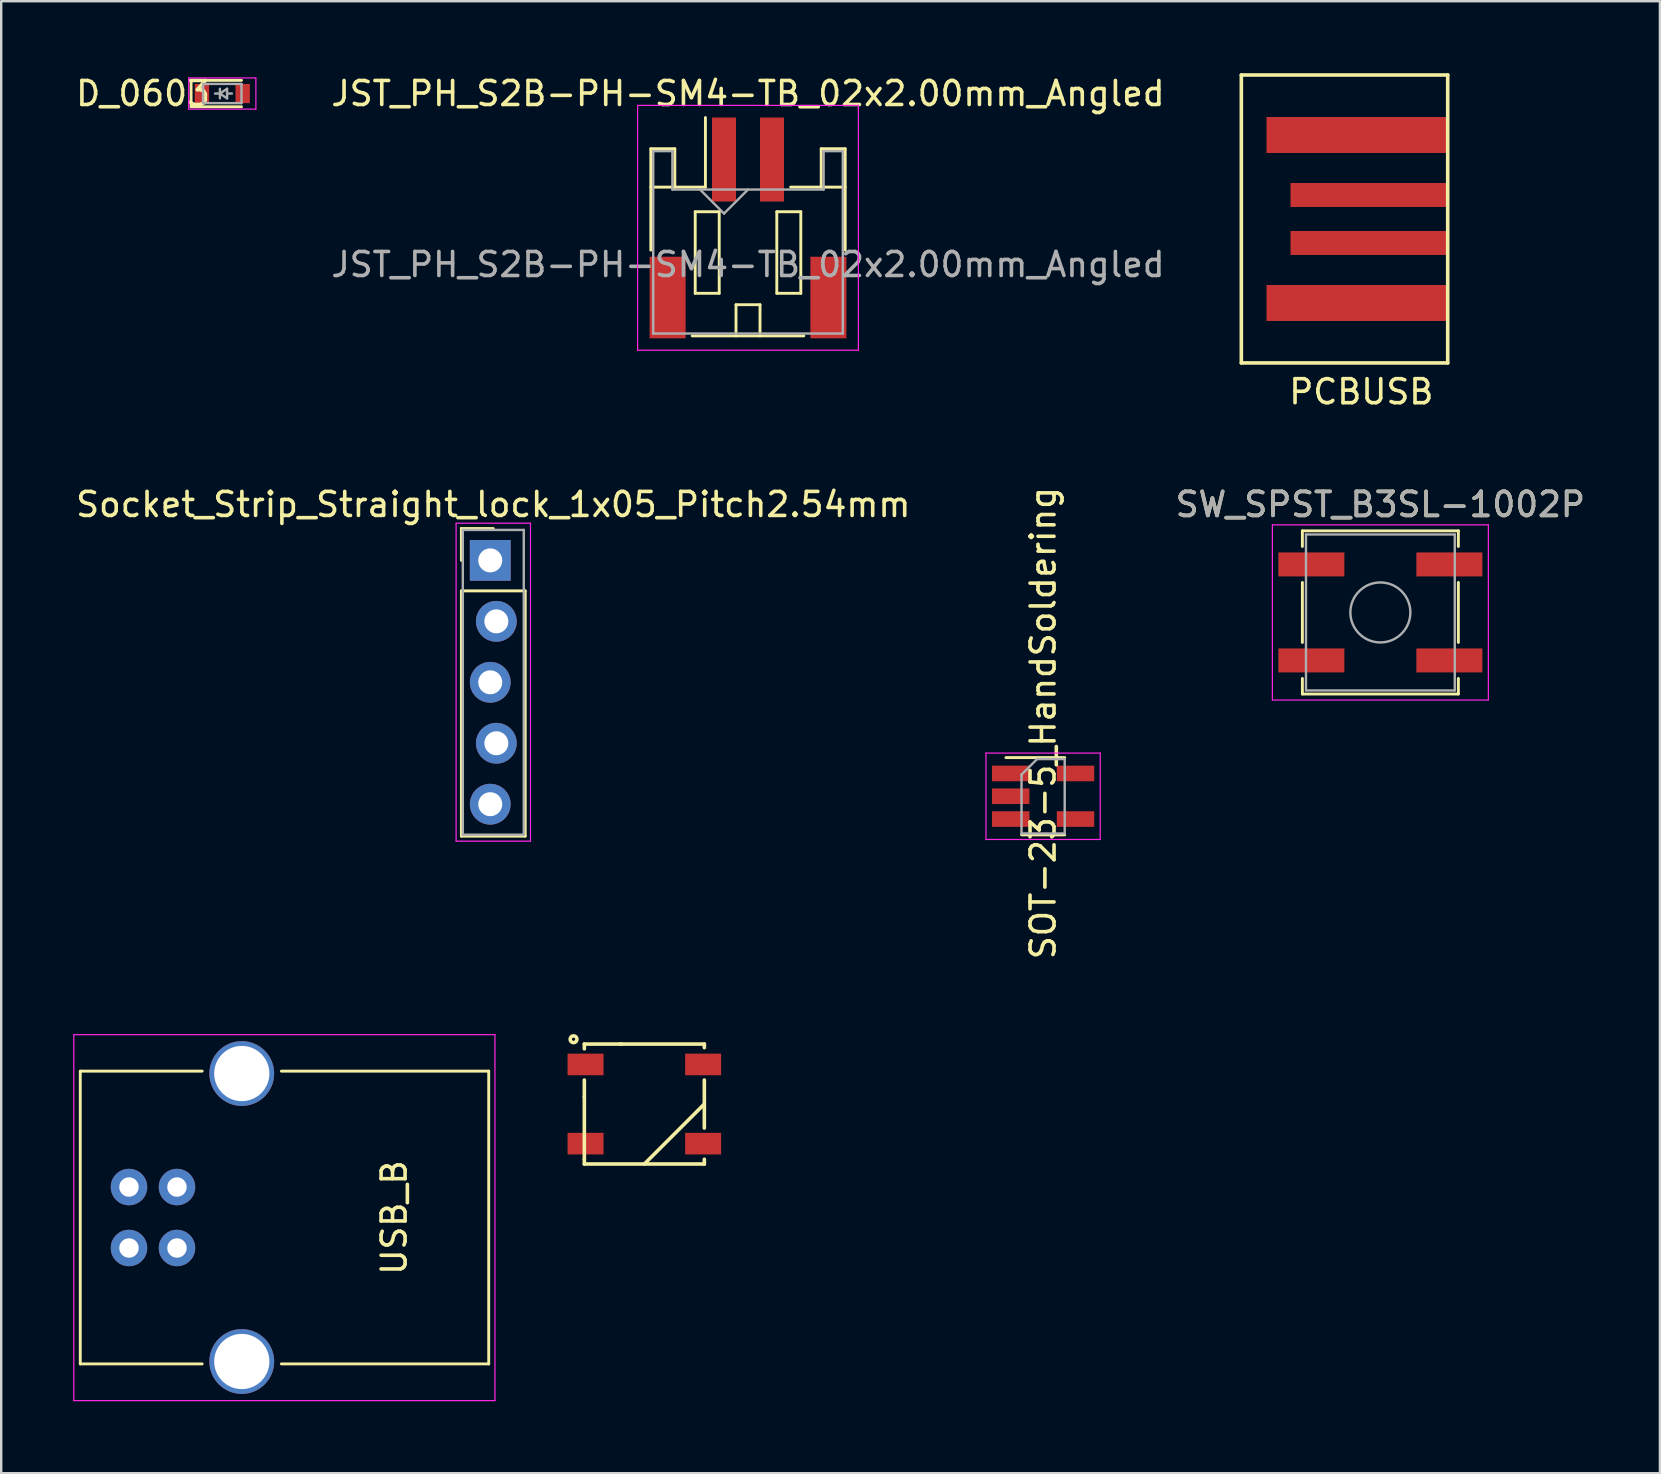
<source format=kicad_pcb>
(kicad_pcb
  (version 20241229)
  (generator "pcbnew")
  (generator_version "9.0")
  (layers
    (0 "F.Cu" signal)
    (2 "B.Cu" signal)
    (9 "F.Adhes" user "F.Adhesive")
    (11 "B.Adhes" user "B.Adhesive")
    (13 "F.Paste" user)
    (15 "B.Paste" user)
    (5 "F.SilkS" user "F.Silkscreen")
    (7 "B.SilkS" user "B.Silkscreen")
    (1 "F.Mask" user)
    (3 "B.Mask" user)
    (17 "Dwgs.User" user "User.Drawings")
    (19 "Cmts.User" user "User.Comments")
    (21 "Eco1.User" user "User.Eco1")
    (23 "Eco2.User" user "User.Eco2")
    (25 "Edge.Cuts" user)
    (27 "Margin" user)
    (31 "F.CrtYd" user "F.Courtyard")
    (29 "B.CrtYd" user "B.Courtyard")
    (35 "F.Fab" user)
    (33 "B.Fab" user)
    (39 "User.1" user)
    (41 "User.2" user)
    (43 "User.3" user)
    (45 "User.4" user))
  (footprint "D_0603"
    (layer "F.Cu")
    (at 6.213 0.848)
    (property "Reference" "D_0603" (at -3.302 0 0) (layer "F.SilkS") (effects (font (size 1 1) (thickness 0.15))))
    (attr smd)
    (fp_line (start -1.3 -0.55) (end -1.3 0.55) (stroke (width 0.12) (type solid)) (layer "F.SilkS"))
    (fp_line (start -1.3 -0.55) (end 0.8 -0.55) (stroke (width 0.12) (type solid)) (layer "F.SilkS"))
    (fp_line (start -1.3 0.55) (end 0.8 0.55) (stroke (width 0.12) (type solid)) (layer "F.SilkS"))
    (fp_line (start -1.4 -0.65) (end -1.4 0.65) (stroke (width 0.05) (type solid)) (layer "F.CrtYd"))
    (fp_line (start -1.4 0.65) (end 1.4 0.65) (stroke (width 0.05) (type solid)) (layer "F.CrtYd"))
    (fp_line (start 1.4 -0.65) (end -1.4 -0.65) (stroke (width 0.05) (type solid)) (layer "F.CrtYd"))
    (fp_line (start 1.4 0.65) (end 1.4 -0.65) (stroke (width 0.05) (type solid)) (layer "F.CrtYd"))
    (fp_line (start -0.8 -0.4) (end 0.8 -0.4) (stroke (width 0.1) (type solid)) (layer "F.Fab"))
    (fp_line (start -0.8 0.4) (end -0.8 -0.4) (stroke (width 0.1) (type solid)) (layer "F.Fab"))
    (fp_line (start -0.1 -0.2) (end -0.1 0.2) (stroke (width 0.1) (type solid)) (layer "F.Fab"))
    (fp_line (start -0.1 0) (end -0.3 0) (stroke (width 0.1) (type solid)) (layer "F.Fab"))
    (fp_line (start -0.1 0) (end 0.2 0.2) (stroke (width 0.1) (type solid)) (layer "F.Fab"))
    (fp_line (start 0.2 -0.2) (end -0.1 0) (stroke (width 0.1) (type solid)) (layer "F.Fab"))
    (fp_line (start 0.2 0) (end 0.4 0) (stroke (width 0.1) (type solid)) (layer "F.Fab"))
    (fp_line (start 0.2 0.2) (end 0.2 -0.2) (stroke (width 0.1) (type solid)) (layer "F.Fab"))
    (fp_line (start 0.8 -0.4) (end 0.8 0.4) (stroke (width 0.1) (type solid)) (layer "F.Fab"))
    (fp_line (start 0.8 0.4) (end -0.8 0.4) (stroke (width 0.1) (type solid)) (layer "F.Fab"))
    (pad "1" smd rect (at -0.85 0) (size 0.6 0.8) (layers "F.Cu" "F.Mask" "F.Paste"))
    (pad "2" smd rect (at 0.85 0) (size 0.6 0.8) (layers "F.Cu" "F.Mask" "F.Paste")))
  (footprint "USB_B"
    (layer "F.Cu")
    (at 2.325 46.415)
    (property "Reference" "USB_B" (at 11.05 1.27 90) (layer "F.SilkS") (effects (font (size 1 1) (thickness 0.15))))
    (attr through_hole)
    (fp_line (start -2.03 -4.83) (end 3.05 -4.83) (stroke (width 0.12) (type solid)) (layer "F.SilkS"))
    (fp_line (start -2.03 7.37) (end -2.03 -4.83) (stroke (width 0.12) (type solid)) (layer "F.SilkS"))
    (fp_line (start -2.03 7.37) (end 3.05 7.37) (stroke (width 0.12) (type solid)) (layer "F.SilkS"))
    (fp_line (start 6.35 -4.83) (end 14.99 -4.83) (stroke (width 0.12) (type solid)) (layer "F.SilkS"))
    (fp_line (start 6.35 7.37) (end 14.99 7.37) (stroke (width 0.12) (type solid)) (layer "F.SilkS"))
    (fp_line (start 14.99 -4.83) (end 14.99 7.37) (stroke (width 0.12) (type solid)) (layer "F.SilkS"))
    (fp_line (start -2.3 -6.35) (end 15.25 -6.35) (stroke (width 0.05) (type solid)) (layer "F.CrtYd"))
    (fp_line (start -2.3 8.9) (end -2.3 -6.35) (stroke (width 0.05) (type solid)) (layer "F.CrtYd"))
    (fp_line (start 15.25 -6.35) (end 15.25 8.9) (stroke (width 0.05) (type solid)) (layer "F.CrtYd"))
    (fp_line (start 15.25 8.9) (end -2.3 8.9) (stroke (width 0.05) (type solid)) (layer "F.CrtYd"))
    (pad "1" thru_hole circle (at 0 0 270) (size 1.52 1.52) (drill 0.81) (layers "*.Cu" "*.Mask"))
    (pad "2" thru_hole circle (at 0 2.54 270) (size 1.52 1.52) (drill 0.81) (layers "*.Cu" "*.Mask"))
    (pad "3" thru_hole circle (at 2 2.54 270) (size 1.52 1.52) (drill 0.81) (layers "*.Cu" "*.Mask"))
    (pad "4" thru_hole circle (at 2 0 270) (size 1.52 1.52) (drill 0.81) (layers "*.Cu" "*.Mask"))
    (pad "5" thru_hole circle (at 4.7 -4.73 270) (size 2.7 2.7) (drill 2.3) (layers "*.Cu" "*.Mask"))
    (pad "5" thru_hole circle (at 4.7 7.27 270) (size 2.7 2.7) (drill 2.3) (layers "*.Cu" "*.Mask")))
  (footprint "PCBUSB"
    (layer "F.Cu")
    (at 53.677 6.075)
    (property "Reference" "PCBUSB" (at 0 7.2 0) (layer "F.SilkS") (effects (font (size 1 1) (thickness 0.15))))
    (attr through_hole)
    (fp_line (start -5 -6) (end 3.6 -6) (stroke (width 0.15) (type solid)) (layer "F.SilkS"))
    (fp_line (start -5 6) (end -5 -6) (stroke (width 0.15) (type solid)) (layer "F.SilkS"))
    (fp_line (start -5 6) (end 3.6 6) (stroke (width 0.15) (type solid)) (layer "F.SilkS"))
    (fp_line (start 3.6 6) (end 3.6 -6) (stroke (width 0.15) (type solid)) (layer "F.SilkS"))
    (pad "1" smd rect (at -0.2 3.5) (size 7.5 1.5) (layers "F.Cu" "F.Mask" "F.Paste"))
    (pad "2" smd rect (at 0.3 1) (size 6.5 1) (layers "F.Cu" "F.Mask" "F.Paste"))
    (pad "3" smd rect (at 0.3 -1) (size 6.5 1) (layers "F.Cu" "F.Mask" "F.Paste"))
    (pad "4" smd rect (at -0.2 -3.5) (size 7.5 1.5) (layers "F.Cu" "F.Mask" "F.Paste")))
  (footprint "SW_SPST_B3SL-1002P"
    (layer "F.Cu")
    (at 54.471 22.471)
    (property "Reference" "SW_SPST_B3SL-1002P" (at 0 -4.5 0) (layer "F.SilkS") (effects (font (size 1 1) (thickness 0.15))))
    (attr smd)
    (fp_line (start -3.25 -3.4) (end -3.25 -2.75) (stroke (width 0.12) (type solid)) (layer "F.SilkS"))
    (fp_line (start -3.25 -1.25) (end -3.25 1.25) (stroke (width 0.12) (type solid)) (layer "F.SilkS"))
    (fp_line (start -3.25 3.4) (end -3.25 2.75) (stroke (width 0.12) (type solid)) (layer "F.SilkS"))
    (fp_line (start 3.25 -3.4) (end -3.25 -3.4) (stroke (width 0.12) (type solid)) (layer "F.SilkS"))
    (fp_line (start 3.25 -2.75) (end 3.25 -3.4) (stroke (width 0.12) (type solid)) (layer "F.SilkS"))
    (fp_line (start 3.25 -1.25) (end 3.25 1.25) (stroke (width 0.12) (type solid)) (layer "F.SilkS"))
    (fp_line (start 3.25 2.75) (end 3.25 3.4) (stroke (width 0.12) (type solid)) (layer "F.SilkS"))
    (fp_line (start 3.25 3.4) (end -3.25 3.4) (stroke (width 0.12) (type solid)) (layer "F.SilkS"))
    (fp_line (start -4.5 -3.65) (end -4.5 3.65) (stroke (width 0.05) (type solid)) (layer "F.CrtYd"))
    (fp_line (start -4.5 3.65) (end 4.5 3.65) (stroke (width 0.05) (type solid)) (layer "F.CrtYd"))
    (fp_line (start 4.5 -3.65) (end -4.5 -3.65) (stroke (width 0.05) (type solid)) (layer "F.CrtYd"))
    (fp_line (start 4.5 3.65) (end 4.5 -3.65) (stroke (width 0.05) (type solid)) (layer "F.CrtYd"))
    (fp_line (start -3.1 -3.25) (end 3.1 -3.25) (stroke (width 0.1) (type solid)) (layer "F.Fab"))
    (fp_line (start -3.1 3.25) (end -3.1 -3.25) (stroke (width 0.1) (type solid)) (layer "F.Fab"))
    (fp_line (start 3.1 -3.25) (end 3.1 3.25) (stroke (width 0.1) (type solid)) (layer "F.Fab"))
    (fp_line (start 3.1 3.25) (end -3.1 3.25) (stroke (width 0.1) (type solid)) (layer "F.Fab"))
    (fp_circle (center 0 0) (end 1.25 0) (stroke (width 0.1) (type solid)) (fill no) (layer "F.Fab"))
    (fp_text user "${REFERENCE}" (at 0 -4.5 0) (layer "F.Fab") (effects (font (size 1 1) (thickness 0.15))))
    (pad "1" smd rect (at -2.875 -2) (size 2.75 1) (layers "F.Cu" "F.Mask" "F.Paste"))
    (pad "1" smd rect (at 2.875 -2) (size 2.75 1) (layers "F.Cu" "F.Mask" "F.Paste"))
    (pad "2" smd rect (at -2.875 2) (size 2.75 1) (layers "F.Cu" "F.Mask" "F.Paste"))
    (pad "2" smd rect (at 2.875 2) (size 2.75 1) (layers "F.Cu" "F.Mask" "F.Paste")))
  (footprint "WS2812B"
    (layer "F.Cu")
    (at 23.8 42.956)
    (property "Reference" "WS2812B" (at 0 -0.45 0) (layer "Eco1.User") (effects (font (size 0.6 0.6) (thickness 0.1))))
    (attr through_hole)
    (fp_line (start -2.5 -2.5) (end -2.5 -2.3) (stroke (width 0.15) (type solid)) (layer "F.SilkS"))
    (fp_line (start -2.5 -0.3) (end -2.5 -1) (stroke (width 0.15) (type solid)) (layer "F.SilkS"))
    (fp_line (start -2.5 -0.3) (end -2.5 2.3) (stroke (width 0.15) (type solid)) (layer "F.SilkS"))
    (fp_line (start -2.5 2.5) (end -2.5 2.3) (stroke (width 0.15) (type solid)) (layer "F.SilkS"))
    (fp_line (start -0.95 -2.5) (end -2.5 -2.5) (stroke (width 0.15) (type solid)) (layer "F.SilkS"))
    (fp_line (start 0 2.5) (end 2.5 0) (stroke (width 0.15) (type solid)) (layer "F.SilkS"))
    (fp_line (start 2.5 -2.5) (end -1 -2.5) (stroke (width 0.15) (type solid)) (layer "F.SilkS"))
    (fp_line (start 2.5 -2.5) (end 2.5 -2.35) (stroke (width 0.15) (type solid)) (layer "F.SilkS"))
    (fp_line (start 2.5 -1) (end 2.5 1) (stroke (width 0.15) (type solid)) (layer "F.SilkS"))
    (fp_line (start 2.5 2.3) (end 2.5 2.5) (stroke (width 0.15) (type solid)) (layer "F.SilkS"))
    (fp_line (start 2.5 2.5) (end -2.5 2.5) (stroke (width 0.15) (type solid)) (layer "F.SilkS"))
    (fp_circle (center -2.95 -2.7) (end -2.85 -2.6) (stroke (width 0.15) (type solid)) (fill no) (layer "F.SilkS"))
    (pad "1" smd rect (at -2.45 -1.65) (size 1.5 0.9) (layers "F.Cu" "F.Mask" "F.Paste"))
    (pad "2" smd rect (at -2.45 1.65) (size 1.5 0.9) (layers "F.Cu" "F.Mask" "F.Paste"))
    (pad "3" smd rect (at 2.45 1.65) (size 1.5 0.9) (layers "F.Cu" "F.Mask" "F.Paste"))
    (pad "4" smd rect (at 2.45 -1.65) (size 1.5 0.9) (layers "F.Cu" "F.Mask" "F.Paste")))
  (footprint "SOT-23-5_HandSoldering"
    (layer "F.Cu")
    (at 40.417 30.13)
    (property "Reference" "SOT-23-5_HandSoldering" (at 0 -3.048 90) (layer "F.SilkS") (effects (font (size 1 1) (thickness 0.15))))
    (attr smd)
    (fp_line (start -0.9 1.61) (end 0.9 1.61) (stroke (width 0.12) (type solid)) (layer "F.SilkS"))
    (fp_line (start 0.9 -1.61) (end -1.55 -1.61) (stroke (width 0.12) (type solid)) (layer "F.SilkS"))
    (fp_line (start -2.38 -1.8) (end -2.38 1.8) (stroke (width 0.05) (type solid)) (layer "F.CrtYd"))
    (fp_line (start -2.38 -1.8) (end 2.38 -1.8) (stroke (width 0.05) (type solid)) (layer "F.CrtYd"))
    (fp_line (start 2.38 1.8) (end -2.38 1.8) (stroke (width 0.05) (type solid)) (layer "F.CrtYd"))
    (fp_line (start 2.38 1.8) (end 2.38 -1.8) (stroke (width 0.05) (type solid)) (layer "F.CrtYd"))
    (fp_line (start -0.9 -0.9) (end -0.9 1.55) (stroke (width 0.1) (type solid)) (layer "F.Fab"))
    (fp_line (start -0.9 -0.9) (end -0.25 -1.55) (stroke (width 0.1) (type solid)) (layer "F.Fab"))
    (fp_line (start 0.9 -1.55) (end -0.25 -1.55) (stroke (width 0.1) (type solid)) (layer "F.Fab"))
    (fp_line (start 0.9 -1.55) (end 0.9 1.55) (stroke (width 0.1) (type solid)) (layer "F.Fab"))
    (fp_line (start 0.9 1.55) (end -0.9 1.55) (stroke (width 0.1) (type solid)) (layer "F.Fab"))
    (pad "1" smd rect (at -1.35 -0.95) (size 1.56 0.65) (layers "F.Cu" "F.Mask" "F.Paste"))
    (pad "2" smd rect (at -1.35 0) (size 1.56 0.65) (layers "F.Cu" "F.Mask" "F.Paste"))
    (pad "3" smd rect (at -1.35 0.95) (size 1.56 0.65) (layers "F.Cu" "F.Mask" "F.Paste"))
    (pad "4" smd rect (at 1.35 0.95) (size 1.56 0.65) (layers "F.Cu" "F.Mask" "F.Paste"))
    (pad "5" smd rect (at 1.35 -0.95) (size 1.56 0.65) (layers "F.Cu" "F.Mask" "F.Paste")))
  (footprint "JST_PH_S2B-PH-SM4-TB_02x2.00mm_Angled"
    (layer "F.Cu")
    (at 28.12 6.473)
    (property "Reference" "JST_PH_S2B-PH-SM4-TB_02x2.00mm_Angled" (at 0 -5.625 0) (layer "F.SilkS") (effects (font (size 1 1) (thickness 0.15))))
    (attr smd)
    (fp_line (start -4.05 -3.325) (end -4.05 0.9) (stroke (width 0.12) (type solid)) (layer "F.SilkS"))
    (fp_line (start -4.05 -1.725) (end -3.05 -1.725) (stroke (width 0.12) (type solid)) (layer "F.SilkS"))
    (fp_line (start -3.05 -3.325) (end -4.05 -3.325) (stroke (width 0.12) (type solid)) (layer "F.SilkS"))
    (fp_line (start -3.05 -1.725) (end -3.05 -3.325) (stroke (width 0.12) (type solid)) (layer "F.SilkS"))
    (fp_line (start -2.325 4.475) (end 2.325 4.475) (stroke (width 0.12) (type solid)) (layer "F.SilkS"))
    (fp_line (start -2.2 -0.7) (end -2.2 2.7) (stroke (width 0.12) (type solid)) (layer "F.SilkS"))
    (fp_line (start -2.2 2.7) (end -1.2 2.7) (stroke (width 0.12) (type solid)) (layer "F.SilkS"))
    (fp_line (start -1.775 -1.725) (end -3.05 -1.725) (stroke (width 0.12) (type solid)) (layer "F.SilkS"))
    (fp_line (start -1.775 -1.725) (end -1.775 -4.625) (stroke (width 0.12) (type solid)) (layer "F.SilkS"))
    (fp_line (start -1.2 -0.7) (end -2.2 -0.7) (stroke (width 0.12) (type solid)) (layer "F.SilkS"))
    (fp_line (start -1.2 2.7) (end -1.2 -0.7) (stroke (width 0.12) (type solid)) (layer "F.SilkS"))
    (fp_line (start -0.5 3.175) (end 0.5 3.175) (stroke (width 0.12) (type solid)) (layer "F.SilkS"))
    (fp_line (start -0.5 4.475) (end -0.5 3.175) (stroke (width 0.12) (type solid)) (layer "F.SilkS"))
    (fp_line (start 0.5 3.175) (end 0.5 4.475) (stroke (width 0.12) (type solid)) (layer "F.SilkS"))
    (fp_line (start 1.2 -0.7) (end 2.2 -0.7) (stroke (width 0.12) (type solid)) (layer "F.SilkS"))
    (fp_line (start 1.2 2.7) (end 1.2 -0.7) (stroke (width 0.12) (type solid)) (layer "F.SilkS"))
    (fp_line (start 2.2 -0.7) (end 2.2 2.7) (stroke (width 0.12) (type solid)) (layer "F.SilkS"))
    (fp_line (start 2.2 2.7) (end 1.2 2.7) (stroke (width 0.12) (type solid)) (layer "F.SilkS"))
    (fp_line (start 3.05 -3.325) (end 3.05 -1.725) (stroke (width 0.12) (type solid)) (layer "F.SilkS"))
    (fp_line (start 3.05 -1.725) (end 1.775 -1.725) (stroke (width 0.12) (type solid)) (layer "F.SilkS"))
    (fp_line (start 4.05 -3.325) (end 3.05 -3.325) (stroke (width 0.12) (type solid)) (layer "F.SilkS"))
    (fp_line (start 4.05 -1.725) (end 3.05 -1.725) (stroke (width 0.12) (type solid)) (layer "F.SilkS"))
    (fp_line (start 4.05 0.9) (end 4.05 -3.325) (stroke (width 0.12) (type solid)) (layer "F.SilkS"))
    (fp_line (start -4.6 -5.13) (end -4.6 5.07) (stroke (width 0.05) (type solid)) (layer "F.CrtYd"))
    (fp_line (start -4.6 5.07) (end 4.6 5.07) (stroke (width 0.05) (type solid)) (layer "F.CrtYd"))
    (fp_line (start 4.6 -5.13) (end -4.6 -5.13) (stroke (width 0.05) (type solid)) (layer "F.CrtYd"))
    (fp_line (start 4.6 5.07) (end 4.6 -5.13) (stroke (width 0.05) (type solid)) (layer "F.CrtYd"))
    (fp_line (start -3.95 -3.225) (end -3.95 4.375) (stroke (width 0.1) (type solid)) (layer "F.Fab"))
    (fp_line (start -3.95 4.375) (end 3.95 4.375) (stroke (width 0.1) (type solid)) (layer "F.Fab"))
    (fp_line (start -3.15 -3.225) (end -3.95 -3.225) (stroke (width 0.1) (type solid)) (layer "F.Fab"))
    (fp_line (start -3.15 -1.625) (end -3.15 -3.225) (stroke (width 0.1) (type solid)) (layer "F.Fab"))
    (fp_line (start -2 -1.625) (end -1 -0.625) (stroke (width 0.1) (type solid)) (layer "F.Fab"))
    (fp_line (start -1 -0.625) (end 0 -1.625) (stroke (width 0.1) (type solid)) (layer "F.Fab"))
    (fp_line (start 3.15 -3.225) (end 3.15 -1.625) (stroke (width 0.1) (type solid)) (layer "F.Fab"))
    (fp_line (start 3.15 -1.625) (end -3.15 -1.625) (stroke (width 0.1) (type solid)) (layer "F.Fab"))
    (fp_line (start 3.95 -3.225) (end 3.15 -3.225) (stroke (width 0.1) (type solid)) (layer "F.Fab"))
    (fp_line (start 3.95 4.375) (end 3.95 -3.225) (stroke (width 0.1) (type solid)) (layer "F.Fab"))
    (fp_text user "${REFERENCE}" (at 0 1.5 0) (layer "F.Fab") (effects (font (size 1 1) (thickness 0.15))))
    (pad "" smd rect (at -3.35 2.875) (size 1.5 3.4) (layers "F.Cu" "F.Mask" "F.Paste"))
    (pad "" smd rect (at 3.35 2.875) (size 1.5 3.4) (layers "F.Cu" "F.Mask" "F.Paste"))
    (pad "1" smd rect (at -1 -2.875) (size 1 3.5) (layers "F.Cu" "F.Mask" "F.Paste"))
    (pad "2" smd rect (at 1 -2.875) (size 1 3.5) (layers "F.Cu" "F.Mask" "F.Paste")))
  (footprint "Socket_Strip_Straight_lock_1x05_Pitch2.54mm"
    (layer "F.Cu")
    (at 17.506 20.302)
    (property "Reference" "Socket_Strip_Straight_lock_1x05_Pitch2.54mm" (at 0 -2.33 0) (layer "F.SilkS") (effects (font (size 1 1) (thickness 0.15))))
    (attr through_hole)
    (fp_line (start -1.33 -1.33) (end 0 -1.33) (stroke (width 0.12) (type solid)) (layer "F.SilkS"))
    (fp_line (start -1.33 0) (end -1.33 -1.33) (stroke (width 0.12) (type solid)) (layer "F.SilkS"))
    (fp_line (start -1.33 1.27) (end -1.33 11.49) (stroke (width 0.12) (type solid)) (layer "F.SilkS"))
    (fp_line (start -1.33 11.49) (end 1.33 11.49) (stroke (width 0.12) (type solid)) (layer "F.SilkS"))
    (fp_line (start 1.33 1.27) (end -1.33 1.27) (stroke (width 0.12) (type solid)) (layer "F.SilkS"))
    (fp_line (start 1.33 11.49) (end 1.33 1.27) (stroke (width 0.12) (type solid)) (layer "F.SilkS"))
    (fp_line (start -1.55 -1.55) (end -1.55 11.7) (stroke (width 0.05) (type solid)) (layer "F.CrtYd"))
    (fp_line (start -1.55 11.7) (end 1.55 11.7) (stroke (width 0.05) (type solid)) (layer "F.CrtYd"))
    (fp_line (start 1.55 -1.55) (end -1.55 -1.55) (stroke (width 0.05) (type solid)) (layer "F.CrtYd"))
    (fp_line (start 1.55 11.7) (end 1.55 -1.55) (stroke (width 0.05) (type solid)) (layer "F.CrtYd"))
    (fp_line (start -1.27 -1.27) (end -1.27 11.43) (stroke (width 0.1) (type solid)) (layer "F.Fab"))
    (fp_line (start -1.27 11.43) (end 1.27 11.43) (stroke (width 0.1) (type solid)) (layer "F.Fab"))
    (fp_line (start 1.27 -1.27) (end -1.27 -1.27) (stroke (width 0.1) (type solid)) (layer "F.Fab"))
    (fp_line (start 1.27 11.43) (end 1.27 -1.27) (stroke (width 0.1) (type solid)) (layer "F.Fab"))
    (pad "1" thru_hole rect (at -0.127 0) (size 1.7 1.7) (drill 1) (layers "*.Cu" "*.Mask"))
    (pad "2" thru_hole oval (at 0.127 2.54) (size 1.7 1.7) (drill 1) (layers "*.Cu" "*.Mask"))
    (pad "3" thru_hole oval (at -0.127 5.08) (size 1.7 1.7) (drill 1) (layers "*.Cu" "*.Mask"))
    (pad "4" thru_hole oval (at 0.127 7.62) (size 1.7 1.7) (drill 1) (layers "*.Cu" "*.Mask"))
    (pad "5" thru_hole oval (at -0.127 10.16) (size 1.7 1.7) (drill 1) (layers "*.Cu" "*.Mask")))
  (gr_rect
    (start -3 -3)
    (end 66.12 58.34)
    (stroke (width 0.1) (type default))
    (fill no)
    (layer "Edge.Cuts")))
</source>
